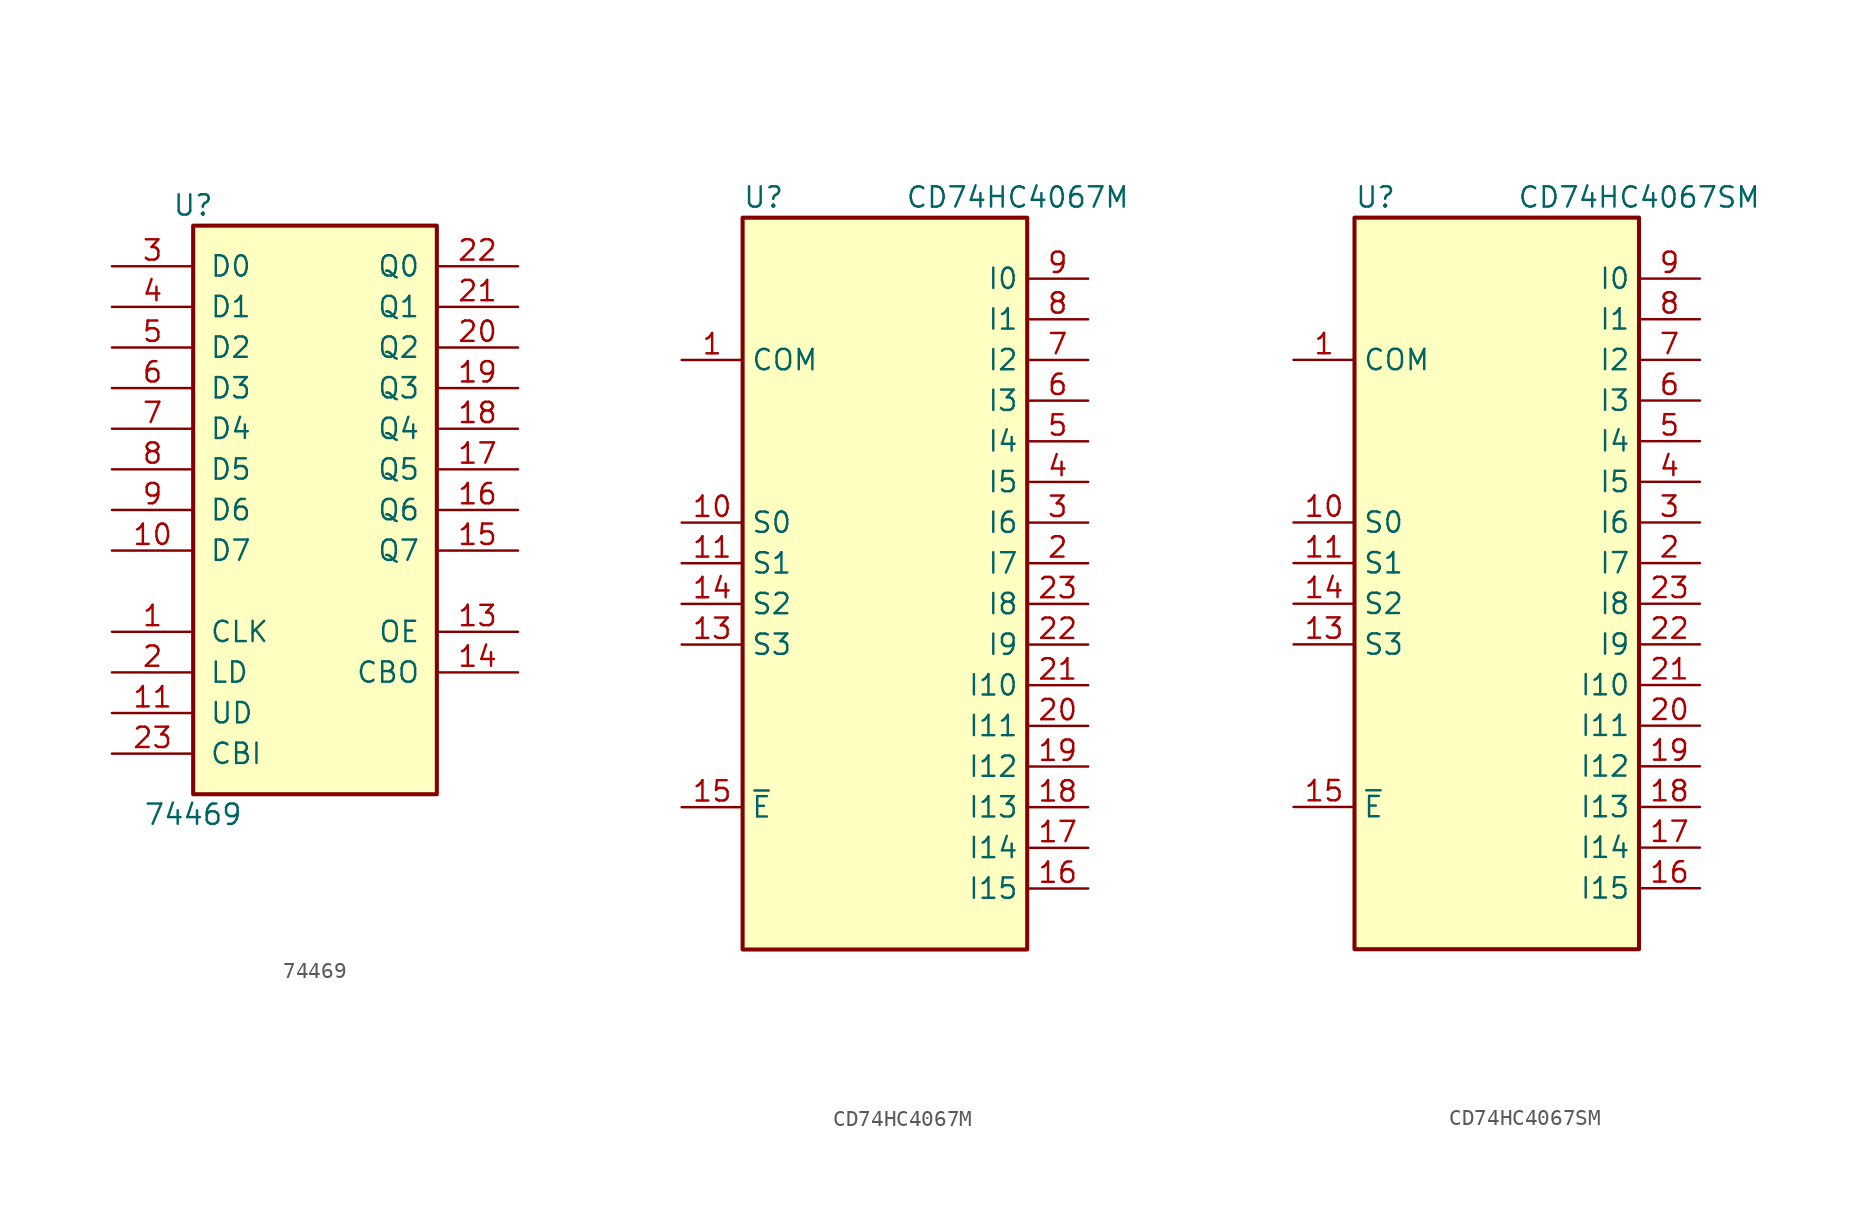
<source format=kicad_sym>
(kicad_symbol_lib
  (version 20211014)
  (generator kicad_symbol_editor)
  (symbol "74469"
    (pin_names
      (offset 1.016))
    (property "Reference" "U"
      (at -7.62 19.05 0)
      (effects (font (size 1.27 1.27))))
    (property "Value" "74469"
      (at -7.62 -19.05 0)
      (effects (font (size 1.27 1.27))))
    (property "ki_locked" ""
      (at 0 0 0)
      (effects (font (size 1.27 1.27))))
    (symbol "74469_1_0"
      (pin input line (at -12.7 -7.62 0) (length 5.08) (name "CLK" (effects (font (size 1.27 1.27)))) (number "1" (effects (font (size 1.27 1.27)))))
      (pin input line (at -12.7 -2.54 0) (length 5.08) (name "D7" (effects (font (size 1.27 1.27)))) (number "10" (effects (font (size 1.27 1.27)))))
      (pin input line (at -12.7 -12.7 0) (length 5.08) (name "UD" (effects (font (size 1.27 1.27)))) (number "11" (effects (font (size 1.27 1.27)))))
      (pin input line (at 0 -22.86 90) (length 5.08) hide (name "GND" (effects (font (size 1.27 1.27)))) (number "12" (effects (font (size 1.27 1.27)))))
      (pin input line (at 12.7 -7.62 180) (length 5.08) (name "OE" (effects (font (size 1.27 1.27)))) (number "13" (effects (font (size 1.27 1.27)))))
      (pin output line (at 12.7 -10.16 180) (length 5.08) (name "CBO" (effects (font (size 1.27 1.27)))) (number "14" (effects (font (size 1.27 1.27)))))
      (pin tri_state line (at 12.7 -2.54 180) (length 5.08) (name "Q7" (effects (font (size 1.27 1.27)))) (number "15" (effects (font (size 1.27 1.27)))))
      (pin tri_state line (at 12.7 0 180) (length 5.08) (name "Q6" (effects (font (size 1.27 1.27)))) (number "16" (effects (font (size 1.27 1.27)))))
      (pin tri_state line (at 12.7 2.54 180) (length 5.08) (name "Q5" (effects (font (size 1.27 1.27)))) (number "17" (effects (font (size 1.27 1.27)))))
      (pin tri_state line (at 12.7 5.08 180) (length 5.08) (name "Q4" (effects (font (size 1.27 1.27)))) (number "18" (effects (font (size 1.27 1.27)))))
      (pin tri_state line (at 12.7 7.62 180) (length 5.08) (name "Q3" (effects (font (size 1.27 1.27)))) (number "19" (effects (font (size 1.27 1.27)))))
      (pin input line (at -12.7 -10.16 0) (length 5.08) (name "LD" (effects (font (size 1.27 1.27)))) (number "2" (effects (font (size 1.27 1.27)))))
      (pin tri_state line (at 12.7 10.16 180) (length 5.08) (name "Q2" (effects (font (size 1.27 1.27)))) (number "20" (effects (font (size 1.27 1.27)))))
      (pin tri_state line (at 12.7 12.7 180) (length 5.08) (name "Q1" (effects (font (size 1.27 1.27)))) (number "21" (effects (font (size 1.27 1.27)))))
      (pin tri_state line (at 12.7 15.24 180) (length 5.08) (name "Q0" (effects (font (size 1.27 1.27)))) (number "22" (effects (font (size 1.27 1.27)))))
      (pin input line (at -12.7 -15.24 0) (length 5.08) (name "CBI" (effects (font (size 1.27 1.27)))) (number "23" (effects (font (size 1.27 1.27)))))
      (pin input line (at 0 22.86 270) (length 5.08) hide (name "VCC" (effects (font (size 1.27 1.27)))) (number "24" (effects (font (size 1.27 1.27)))))
      (pin input line (at -12.7 15.24 0) (length 5.08) (name "D0" (effects (font (size 1.27 1.27)))) (number "3" (effects (font (size 1.27 1.27)))))
      (pin input line (at -12.7 12.7 0) (length 5.08) (name "D1" (effects (font (size 1.27 1.27)))) (number "4" (effects (font (size 1.27 1.27)))))
      (pin input line (at -12.7 10.16 0) (length 5.08) (name "D2" (effects (font (size 1.27 1.27)))) (number "5" (effects (font (size 1.27 1.27)))))
      (pin input line (at -12.7 7.62 0) (length 5.08) (name "D3" (effects (font (size 1.27 1.27)))) (number "6" (effects (font (size 1.27 1.27)))))
      (pin input line (at -12.7 5.08 0) (length 5.08) (name "D4" (effects (font (size 1.27 1.27)))) (number "7" (effects (font (size 1.27 1.27)))))
      (pin input line (at -12.7 2.54 0) (length 5.08) (name "D5" (effects (font (size 1.27 1.27)))) (number "8" (effects (font (size 1.27 1.27)))))
      (pin input line (at -12.7 0 0) (length 5.08) (name "D6" (effects (font (size 1.27 1.27)))) (number "9" (effects (font (size 1.27 1.27))))))
    (symbol "74469_1_1"
      (rectangle (start -7.62 17.78) (end 7.62 -17.78) (stroke (width 0.254) (type default) (color 0 0 0 0)) (fill (type background)))))
  (symbol "CD74HC4067M"
    (property "Reference" "U"
      (at -8.89 22.86 0)
      (effects (font (size 1.27 1.27)) (justify left)))
    (property "Value" "CD74HC4067M"
      (at 1.27 22.86 0)
      (effects (font (size 1.27 1.27)) (justify left)))
    (symbol "CD74HC4067M_0_1"
      (rectangle (start -8.89 21.59) (end 8.89 -24.13) (stroke (width 0.254) (type default) (color 0 0 0 0)) (fill (type background))))
    (symbol "CD74HC4067M_1_1"
      (pin passive line (at -12.7 12.7 0) (length 3.81) (name "COM" (effects (font (size 1.27 1.27)))) (number "1" (effects (font (size 1.27 1.27)))))
      (pin input line (at -12.7 2.54 0) (length 3.81) (name "S0" (effects (font (size 1.27 1.27)))) (number "10" (effects (font (size 1.27 1.27)))))
      (pin input line (at -12.7 0 0) (length 3.81) (name "S1" (effects (font (size 1.27 1.27)))) (number "11" (effects (font (size 1.27 1.27)))))
      (pin input line (at 0 -27.94 90) (length 3.81) hide (name "GND" (effects (font (size 1.27 1.27)))) (number "12" (effects (font (size 1.27 1.27)))))
      (pin input line (at -12.7 -5.08 0) (length 3.81) (name "S3" (effects (font (size 1.27 1.27)))) (number "13" (effects (font (size 1.27 1.27)))))
      (pin input line (at -12.7 -2.54 0) (length 3.81) (name "S2" (effects (font (size 1.27 1.27)))) (number "14" (effects (font (size 1.27 1.27)))))
      (pin input line (at -12.7 -15.24 0) (length 3.81) (name "~{E}" (effects (font (size 1.27 1.27)))) (number "15" (effects (font (size 1.27 1.27)))))
      (pin passive line (at 12.7 -20.32 180) (length 3.81) (name "I15" (effects (font (size 1.27 1.27)))) (number "16" (effects (font (size 1.27 1.27)))))
      (pin passive line (at 12.7 -17.78 180) (length 3.81) (name "I14" (effects (font (size 1.27 1.27)))) (number "17" (effects (font (size 1.27 1.27)))))
      (pin passive line (at 12.7 -15.24 180) (length 3.81) (name "I13" (effects (font (size 1.27 1.27)))) (number "18" (effects (font (size 1.27 1.27)))))
      (pin passive line (at 12.7 -12.7 180) (length 3.81) (name "I12" (effects (font (size 1.27 1.27)))) (number "19" (effects (font (size 1.27 1.27)))))
      (pin passive line (at 12.7 0 180) (length 3.81) (name "I7" (effects (font (size 1.27 1.27)))) (number "2" (effects (font (size 1.27 1.27)))))
      (pin passive line (at 12.7 -10.16 180) (length 3.81) (name "I11" (effects (font (size 1.27 1.27)))) (number "20" (effects (font (size 1.27 1.27)))))
      (pin passive line (at 12.7 -7.62 180) (length 3.81) (name "I10" (effects (font (size 1.27 1.27)))) (number "21" (effects (font (size 1.27 1.27)))))
      (pin passive line (at 12.7 -5.08 180) (length 3.81) (name "I9" (effects (font (size 1.27 1.27)))) (number "22" (effects (font (size 1.27 1.27)))))
      (pin passive line (at 12.7 -2.54 180) (length 3.81) (name "I8" (effects (font (size 1.27 1.27)))) (number "23" (effects (font (size 1.27 1.27)))))
      (pin input line (at 0 25.4 270) (length 3.81) hide (name "VCC" (effects (font (size 1.27 1.27)))) (number "24" (effects (font (size 1.27 1.27)))))
      (pin passive line (at 12.7 2.54 180) (length 3.81) (name "I6" (effects (font (size 1.27 1.27)))) (number "3" (effects (font (size 1.27 1.27)))))
      (pin passive line (at 12.7 5.08 180) (length 3.81) (name "I5" (effects (font (size 1.27 1.27)))) (number "4" (effects (font (size 1.27 1.27)))))
      (pin passive line (at 12.7 7.62 180) (length 3.81) (name "I4" (effects (font (size 1.27 1.27)))) (number "5" (effects (font (size 1.27 1.27)))))
      (pin passive line (at 12.7 10.16 180) (length 3.81) (name "I3" (effects (font (size 1.27 1.27)))) (number "6" (effects (font (size 1.27 1.27)))))
      (pin passive line (at 12.7 12.7 180) (length 3.81) (name "I2" (effects (font (size 1.27 1.27)))) (number "7" (effects (font (size 1.27 1.27)))))
      (pin passive line (at 12.7 15.24 180) (length 3.81) (name "I1" (effects (font (size 1.27 1.27)))) (number "8" (effects (font (size 1.27 1.27)))))
      (pin passive line (at 12.7 17.78 180) (length 3.81) (name "I0" (effects (font (size 1.27 1.27)))) (number "9" (effects (font (size 1.27 1.27)))))))
  (symbol "CD74HC4067SM"
    (property "Reference" "U"
      (at -8.89 22.86 0)
      (effects (font (size 1.27 1.27)) (justify left)))
    (property "Value" "CD74HC4067SM"
      (at 1.27 22.86 0)
      (effects (font (size 1.27 1.27)) (justify left)))
    (symbol "CD74HC4067SM_0_1"
      (rectangle (start -8.89 21.59) (end 8.89 -24.13) (stroke (width 0.254) (type default) (color 0 0 0 0)) (fill (type background))))
    (symbol "CD74HC4067SM_1_1"
      (pin passive line (at -12.7 12.7 0) (length 3.81) (name "COM" (effects (font (size 1.27 1.27)))) (number "1" (effects (font (size 1.27 1.27)))))
      (pin input line (at -12.7 2.54 0) (length 3.81) (name "S0" (effects (font (size 1.27 1.27)))) (number "10" (effects (font (size 1.27 1.27)))))
      (pin input line (at -12.7 0 0) (length 3.81) (name "S1" (effects (font (size 1.27 1.27)))) (number "11" (effects (font (size 1.27 1.27)))))
      (pin input line (at 0 -27.94 90) (length 3.81) hide (name "GND" (effects (font (size 1.27 1.27)))) (number "12" (effects (font (size 1.27 1.27)))))
      (pin input line (at -12.7 -5.08 0) (length 3.81) (name "S3" (effects (font (size 1.27 1.27)))) (number "13" (effects (font (size 1.27 1.27)))))
      (pin input line (at -12.7 -2.54 0) (length 3.81) (name "S2" (effects (font (size 1.27 1.27)))) (number "14" (effects (font (size 1.27 1.27)))))
      (pin input line (at -12.7 -15.24 0) (length 3.81) (name "~{E}" (effects (font (size 1.27 1.27)))) (number "15" (effects (font (size 1.27 1.27)))))
      (pin passive line (at 12.7 -20.32 180) (length 3.81) (name "I15" (effects (font (size 1.27 1.27)))) (number "16" (effects (font (size 1.27 1.27)))))
      (pin passive line (at 12.7 -17.78 180) (length 3.81) (name "I14" (effects (font (size 1.27 1.27)))) (number "17" (effects (font (size 1.27 1.27)))))
      (pin passive line (at 12.7 -15.24 180) (length 3.81) (name "I13" (effects (font (size 1.27 1.27)))) (number "18" (effects (font (size 1.27 1.27)))))
      (pin passive line (at 12.7 -12.7 180) (length 3.81) (name "I12" (effects (font (size 1.27 1.27)))) (number "19" (effects (font (size 1.27 1.27)))))
      (pin passive line (at 12.7 0 180) (length 3.81) (name "I7" (effects (font (size 1.27 1.27)))) (number "2" (effects (font (size 1.27 1.27)))))
      (pin passive line (at 12.7 -10.16 180) (length 3.81) (name "I11" (effects (font (size 1.27 1.27)))) (number "20" (effects (font (size 1.27 1.27)))))
      (pin passive line (at 12.7 -7.62 180) (length 3.81) (name "I10" (effects (font (size 1.27 1.27)))) (number "21" (effects (font (size 1.27 1.27)))))
      (pin passive line (at 12.7 -5.08 180) (length 3.81) (name "I9" (effects (font (size 1.27 1.27)))) (number "22" (effects (font (size 1.27 1.27)))))
      (pin passive line (at 12.7 -2.54 180) (length 3.81) (name "I8" (effects (font (size 1.27 1.27)))) (number "23" (effects (font (size 1.27 1.27)))))
      (pin input line (at 0 25.4 270) (length 3.81) hide (name "VCC" (effects (font (size 1.27 1.27)))) (number "24" (effects (font (size 1.27 1.27)))))
      (pin passive line (at 12.7 2.54 180) (length 3.81) (name "I6" (effects (font (size 1.27 1.27)))) (number "3" (effects (font (size 1.27 1.27)))))
      (pin passive line (at 12.7 5.08 180) (length 3.81) (name "I5" (effects (font (size 1.27 1.27)))) (number "4" (effects (font (size 1.27 1.27)))))
      (pin passive line (at 12.7 7.62 180) (length 3.81) (name "I4" (effects (font (size 1.27 1.27)))) (number "5" (effects (font (size 1.27 1.27)))))
      (pin passive line (at 12.7 10.16 180) (length 3.81) (name "I3" (effects (font (size 1.27 1.27)))) (number "6" (effects (font (size 1.27 1.27)))))
      (pin passive line (at 12.7 12.7 180) (length 3.81) (name "I2" (effects (font (size 1.27 1.27)))) (number "7" (effects (font (size 1.27 1.27)))))
      (pin passive line (at 12.7 15.24 180) (length 3.81) (name "I1" (effects (font (size 1.27 1.27)))) (number "8" (effects (font (size 1.27 1.27)))))
      (pin passive line (at 12.7 17.78 180) (length 3.81) (name "I0" (effects (font (size 1.27 1.27)))) (number "9" (effects (font (size 1.27 1.27))))))))
</source>
